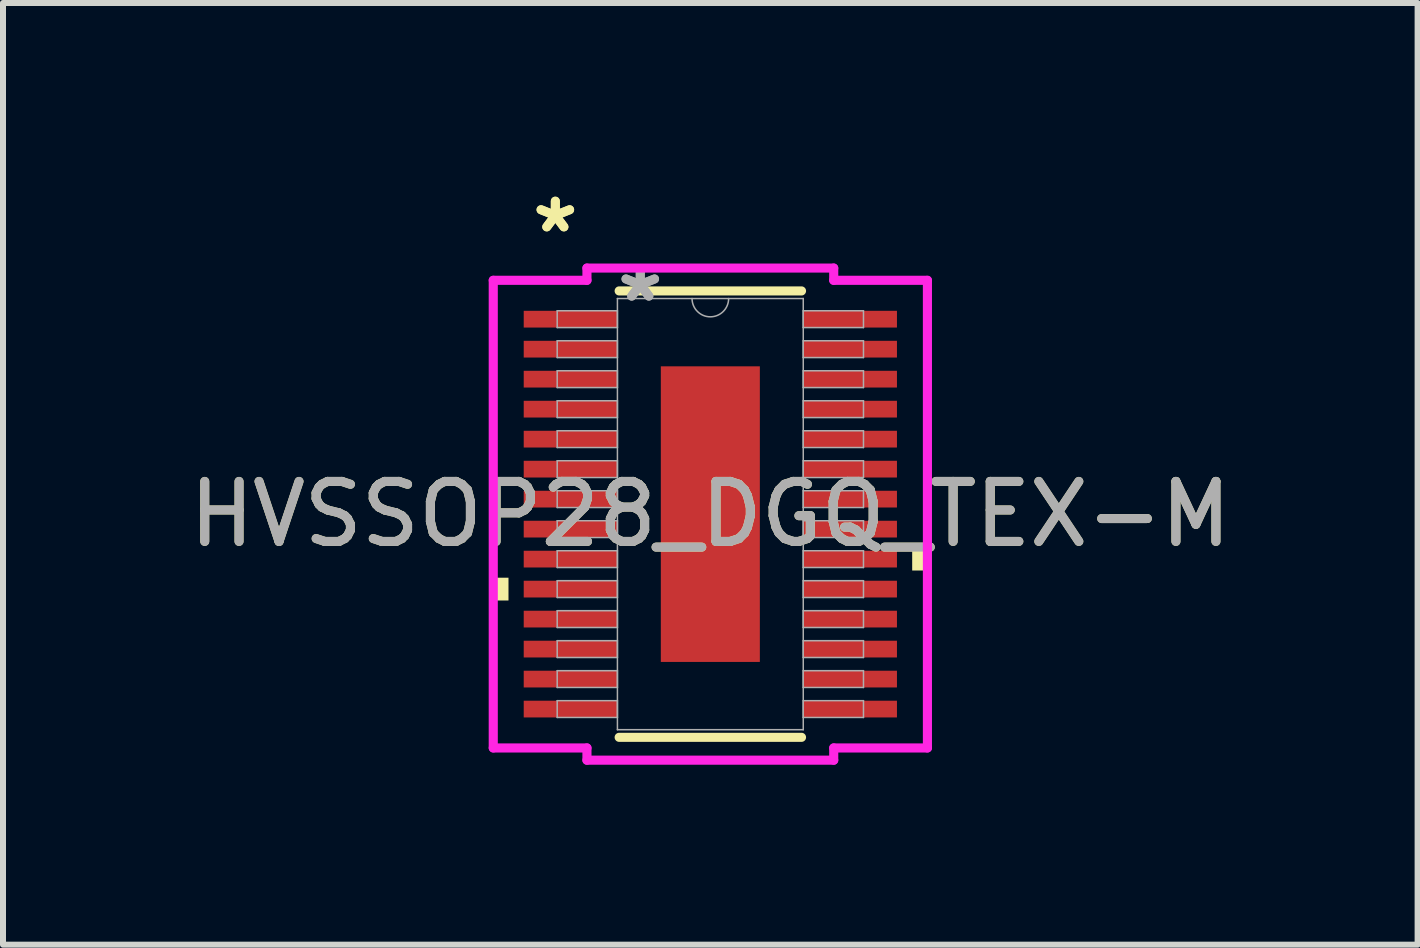
<source format=kicad_pcb>
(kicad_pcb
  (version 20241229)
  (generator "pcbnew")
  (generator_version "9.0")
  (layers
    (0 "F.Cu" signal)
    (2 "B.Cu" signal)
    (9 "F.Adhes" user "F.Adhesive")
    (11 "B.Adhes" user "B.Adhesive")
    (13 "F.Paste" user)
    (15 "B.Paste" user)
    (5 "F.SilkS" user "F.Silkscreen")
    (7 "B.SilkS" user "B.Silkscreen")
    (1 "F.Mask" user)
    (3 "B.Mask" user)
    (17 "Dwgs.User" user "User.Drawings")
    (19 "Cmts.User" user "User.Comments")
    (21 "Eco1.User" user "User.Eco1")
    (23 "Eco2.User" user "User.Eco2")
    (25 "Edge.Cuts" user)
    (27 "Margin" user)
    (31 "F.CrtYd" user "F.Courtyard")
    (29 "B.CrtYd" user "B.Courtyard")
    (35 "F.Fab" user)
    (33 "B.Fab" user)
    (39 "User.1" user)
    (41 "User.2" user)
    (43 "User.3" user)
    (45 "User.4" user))
  (footprint "HVSSOP28_DGQ_TEX-M"
    (layer "F.Cu")
    (at 8.792 5.521)
    (property "Reference" "HVSSOP28_DGQ_TEX-M" (at 0 0 0) (unlocked yes) (layer "F.SilkS") (effects (font (size 1 1) (thickness 0.15))))
    (attr smd)
    (fp_line (start -1.52 3.721) (end 1.52 3.721) (stroke (width 0.152) (type solid)) (layer "F.SilkS"))
    (fp_line (start 1.52 -3.721) (end -1.52 -3.721) (stroke (width 0.152) (type solid)) (layer "F.SilkS"))
    (fp_poly (pts (xy -3.619 1.06) (xy -3.619 1.44) (xy -3.365 1.44) (xy -3.365 1.06)) (stroke (width 0) (type solid)) (fill yes) (layer "F.SilkS"))
    (fp_poly (pts (xy 3.619 0.559) (xy 3.619 0.94) (xy 3.365 0.94) (xy 3.365 0.559)) (stroke (width 0) (type solid)) (fill yes) (layer "F.SilkS"))
    (fp_poly (pts (xy -0.726 -2.364) (xy -0.726 -0.921) (xy 0.726 -0.921) (xy 0.726 -2.364)) (stroke (width 0) (type solid)) (fill yes) (layer "F.Paste"))
    (fp_poly (pts (xy -0.726 -0.721) (xy -0.726 0.721) (xy 0.726 0.721) (xy 0.726 -0.721)) (stroke (width 0) (type solid)) (fill yes) (layer "F.Paste"))
    (fp_poly (pts (xy -0.726 0.921) (xy -0.726 2.364) (xy 0.726 2.364) (xy 0.726 0.921)) (stroke (width 0) (type solid)) (fill yes) (layer "F.Paste"))
    (fp_line (start -3.619 -3.898) (end -2.057 -3.898) (stroke (width 0.152) (type solid)) (layer "F.CrtYd"))
    (fp_line (start -3.619 3.898) (end -3.619 -3.898) (stroke (width 0.152) (type solid)) (layer "F.CrtYd"))
    (fp_line (start -3.619 3.898) (end -2.057 3.898) (stroke (width 0.152) (type solid)) (layer "F.CrtYd"))
    (fp_line (start -2.057 -4.102) (end 2.057 -4.102) (stroke (width 0.152) (type solid)) (layer "F.CrtYd"))
    (fp_line (start -2.057 -3.898) (end -2.057 -4.102) (stroke (width 0.152) (type solid)) (layer "F.CrtYd"))
    (fp_line (start -2.057 4.102) (end -2.057 3.898) (stroke (width 0.152) (type solid)) (layer "F.CrtYd"))
    (fp_line (start 2.057 -4.102) (end 2.057 -3.898) (stroke (width 0.152) (type solid)) (layer "F.CrtYd"))
    (fp_line (start 2.057 3.898) (end 2.057 4.102) (stroke (width 0.152) (type solid)) (layer "F.CrtYd"))
    (fp_line (start 2.057 4.102) (end -2.057 4.102) (stroke (width 0.152) (type solid)) (layer "F.CrtYd"))
    (fp_line (start 3.619 -3.898) (end 2.057 -3.898) (stroke (width 0.152) (type solid)) (layer "F.CrtYd"))
    (fp_line (start 3.619 -3.898) (end 3.619 3.898) (stroke (width 0.152) (type solid)) (layer "F.CrtYd"))
    (fp_line (start 3.619 3.898) (end 2.057 3.898) (stroke (width 0.152) (type solid)) (layer "F.CrtYd"))
    (fp_line (start -2.553 -3.39) (end -2.553 -3.11) (stroke (width 0.025) (type solid)) (layer "F.Fab"))
    (fp_line (start -2.553 -3.11) (end -1.549 -3.11) (stroke (width 0.025) (type solid)) (layer "F.Fab"))
    (fp_line (start -2.553 -2.89) (end -2.553 -2.61) (stroke (width 0.025) (type solid)) (layer "F.Fab"))
    (fp_line (start -2.553 -2.61) (end -1.549 -2.61) (stroke (width 0.025) (type solid)) (layer "F.Fab"))
    (fp_line (start -2.553 -2.39) (end -2.553 -2.11) (stroke (width 0.025) (type solid)) (layer "F.Fab"))
    (fp_line (start -2.553 -2.11) (end -1.549 -2.11) (stroke (width 0.025) (type solid)) (layer "F.Fab"))
    (fp_line (start -2.553 -1.89) (end -2.553 -1.61) (stroke (width 0.025) (type solid)) (layer "F.Fab"))
    (fp_line (start -2.553 -1.61) (end -1.549 -1.61) (stroke (width 0.025) (type solid)) (layer "F.Fab"))
    (fp_line (start -2.553 -1.39) (end -2.553 -1.11) (stroke (width 0.025) (type solid)) (layer "F.Fab"))
    (fp_line (start -2.553 -1.11) (end -1.549 -1.11) (stroke (width 0.025) (type solid)) (layer "F.Fab"))
    (fp_line (start -2.553 -0.89) (end -2.553 -0.61) (stroke (width 0.025) (type solid)) (layer "F.Fab"))
    (fp_line (start -2.553 -0.61) (end -1.549 -0.61) (stroke (width 0.025) (type solid)) (layer "F.Fab"))
    (fp_line (start -2.553 -0.39) (end -2.553 -0.11) (stroke (width 0.025) (type solid)) (layer "F.Fab"))
    (fp_line (start -2.553 -0.11) (end -1.549 -0.11) (stroke (width 0.025) (type solid)) (layer "F.Fab"))
    (fp_line (start -2.553 0.11) (end -2.553 0.39) (stroke (width 0.025) (type solid)) (layer "F.Fab"))
    (fp_line (start -2.553 0.39) (end -1.549 0.39) (stroke (width 0.025) (type solid)) (layer "F.Fab"))
    (fp_line (start -2.553 0.61) (end -2.553 0.89) (stroke (width 0.025) (type solid)) (layer "F.Fab"))
    (fp_line (start -2.553 0.89) (end -1.549 0.89) (stroke (width 0.025) (type solid)) (layer "F.Fab"))
    (fp_line (start -2.553 1.11) (end -2.553 1.39) (stroke (width 0.025) (type solid)) (layer "F.Fab"))
    (fp_line (start -2.553 1.39) (end -1.549 1.39) (stroke (width 0.025) (type solid)) (layer "F.Fab"))
    (fp_line (start -2.553 1.61) (end -2.553 1.89) (stroke (width 0.025) (type solid)) (layer "F.Fab"))
    (fp_line (start -2.553 1.89) (end -1.549 1.89) (stroke (width 0.025) (type solid)) (layer "F.Fab"))
    (fp_line (start -2.553 2.11) (end -2.553 2.39) (stroke (width 0.025) (type solid)) (layer "F.Fab"))
    (fp_line (start -2.553 2.39) (end -1.549 2.39) (stroke (width 0.025) (type solid)) (layer "F.Fab"))
    (fp_line (start -2.553 2.61) (end -2.553 2.89) (stroke (width 0.025) (type solid)) (layer "F.Fab"))
    (fp_line (start -2.553 2.89) (end -1.549 2.89) (stroke (width 0.025) (type solid)) (layer "F.Fab"))
    (fp_line (start -2.553 3.11) (end -2.553 3.39) (stroke (width 0.025) (type solid)) (layer "F.Fab"))
    (fp_line (start -2.553 3.39) (end -1.549 3.39) (stroke (width 0.025) (type solid)) (layer "F.Fab"))
    (fp_line (start -1.549 -3.594) (end -1.549 3.594) (stroke (width 0.025) (type solid)) (layer "F.Fab"))
    (fp_line (start -1.549 -3.39) (end -2.553 -3.39) (stroke (width 0.025) (type solid)) (layer "F.Fab"))
    (fp_line (start -1.549 -3.11) (end -1.549 -3.39) (stroke (width 0.025) (type solid)) (layer "F.Fab"))
    (fp_line (start -1.549 -2.89) (end -2.553 -2.89) (stroke (width 0.025) (type solid)) (layer "F.Fab"))
    (fp_line (start -1.549 -2.61) (end -1.549 -2.89) (stroke (width 0.025) (type solid)) (layer "F.Fab"))
    (fp_line (start -1.549 -2.39) (end -2.553 -2.39) (stroke (width 0.025) (type solid)) (layer "F.Fab"))
    (fp_line (start -1.549 -2.11) (end -1.549 -2.39) (stroke (width 0.025) (type solid)) (layer "F.Fab"))
    (fp_line (start -1.549 -1.89) (end -2.553 -1.89) (stroke (width 0.025) (type solid)) (layer "F.Fab"))
    (fp_line (start -1.549 -1.61) (end -1.549 -1.89) (stroke (width 0.025) (type solid)) (layer "F.Fab"))
    (fp_line (start -1.549 -1.39) (end -2.553 -1.39) (stroke (width 0.025) (type solid)) (layer "F.Fab"))
    (fp_line (start -1.549 -1.11) (end -1.549 -1.39) (stroke (width 0.025) (type solid)) (layer "F.Fab"))
    (fp_line (start -1.549 -0.89) (end -2.553 -0.89) (stroke (width 0.025) (type solid)) (layer "F.Fab"))
    (fp_line (start -1.549 -0.61) (end -1.549 -0.89) (stroke (width 0.025) (type solid)) (layer "F.Fab"))
    (fp_line (start -1.549 -0.39) (end -2.553 -0.39) (stroke (width 0.025) (type solid)) (layer "F.Fab"))
    (fp_line (start -1.549 -0.11) (end -1.549 -0.39) (stroke (width 0.025) (type solid)) (layer "F.Fab"))
    (fp_line (start -1.549 0.11) (end -2.553 0.11) (stroke (width 0.025) (type solid)) (layer "F.Fab"))
    (fp_line (start -1.549 0.39) (end -1.549 0.11) (stroke (width 0.025) (type solid)) (layer "F.Fab"))
    (fp_line (start -1.549 0.61) (end -2.553 0.61) (stroke (width 0.025) (type solid)) (layer "F.Fab"))
    (fp_line (start -1.549 0.89) (end -1.549 0.61) (stroke (width 0.025) (type solid)) (layer "F.Fab"))
    (fp_line (start -1.549 1.11) (end -2.553 1.11) (stroke (width 0.025) (type solid)) (layer "F.Fab"))
    (fp_line (start -1.549 1.39) (end -1.549 1.11) (stroke (width 0.025) (type solid)) (layer "F.Fab"))
    (fp_line (start -1.549 1.61) (end -2.553 1.61) (stroke (width 0.025) (type solid)) (layer "F.Fab"))
    (fp_line (start -1.549 1.89) (end -1.549 1.61) (stroke (width 0.025) (type solid)) (layer "F.Fab"))
    (fp_line (start -1.549 2.11) (end -2.553 2.11) (stroke (width 0.025) (type solid)) (layer "F.Fab"))
    (fp_line (start -1.549 2.39) (end -1.549 2.11) (stroke (width 0.025) (type solid)) (layer "F.Fab"))
    (fp_line (start -1.549 2.61) (end -2.553 2.61) (stroke (width 0.025) (type solid)) (layer "F.Fab"))
    (fp_line (start -1.549 2.89) (end -1.549 2.61) (stroke (width 0.025) (type solid)) (layer "F.Fab"))
    (fp_line (start -1.549 3.11) (end -2.553 3.11) (stroke (width 0.025) (type solid)) (layer "F.Fab"))
    (fp_line (start -1.549 3.39) (end -1.549 3.11) (stroke (width 0.025) (type solid)) (layer "F.Fab"))
    (fp_line (start -1.549 3.594) (end 1.549 3.594) (stroke (width 0.025) (type solid)) (layer "F.Fab"))
    (fp_line (start 1.549 -3.594) (end -1.549 -3.594) (stroke (width 0.025) (type solid)) (layer "F.Fab"))
    (fp_line (start 1.549 -3.39) (end 1.549 -3.11) (stroke (width 0.025) (type solid)) (layer "F.Fab"))
    (fp_line (start 1.549 -3.11) (end 2.553 -3.11) (stroke (width 0.025) (type solid)) (layer "F.Fab"))
    (fp_line (start 1.549 -2.89) (end 1.549 -2.61) (stroke (width 0.025) (type solid)) (layer "F.Fab"))
    (fp_line (start 1.549 -2.61) (end 2.553 -2.61) (stroke (width 0.025) (type solid)) (layer "F.Fab"))
    (fp_line (start 1.549 -2.39) (end 1.549 -2.11) (stroke (width 0.025) (type solid)) (layer "F.Fab"))
    (fp_line (start 1.549 -2.11) (end 2.553 -2.11) (stroke (width 0.025) (type solid)) (layer "F.Fab"))
    (fp_line (start 1.549 -1.89) (end 1.549 -1.61) (stroke (width 0.025) (type solid)) (layer "F.Fab"))
    (fp_line (start 1.549 -1.61) (end 2.553 -1.61) (stroke (width 0.025) (type solid)) (layer "F.Fab"))
    (fp_line (start 1.549 -1.39) (end 1.549 -1.11) (stroke (width 0.025) (type solid)) (layer "F.Fab"))
    (fp_line (start 1.549 -1.11) (end 2.553 -1.11) (stroke (width 0.025) (type solid)) (layer "F.Fab"))
    (fp_line (start 1.549 -0.89) (end 1.549 -0.61) (stroke (width 0.025) (type solid)) (layer "F.Fab"))
    (fp_line (start 1.549 -0.61) (end 2.553 -0.61) (stroke (width 0.025) (type solid)) (layer "F.Fab"))
    (fp_line (start 1.549 -0.39) (end 1.549 -0.11) (stroke (width 0.025) (type solid)) (layer "F.Fab"))
    (fp_line (start 1.549 -0.11) (end 2.553 -0.11) (stroke (width 0.025) (type solid)) (layer "F.Fab"))
    (fp_line (start 1.549 0.11) (end 1.549 0.39) (stroke (width 0.025) (type solid)) (layer "F.Fab"))
    (fp_line (start 1.549 0.39) (end 2.553 0.39) (stroke (width 0.025) (type solid)) (layer "F.Fab"))
    (fp_line (start 1.549 0.61) (end 1.549 0.89) (stroke (width 0.025) (type solid)) (layer "F.Fab"))
    (fp_line (start 1.549 0.89) (end 2.553 0.89) (stroke (width 0.025) (type solid)) (layer "F.Fab"))
    (fp_line (start 1.549 1.11) (end 1.549 1.39) (stroke (width 0.025) (type solid)) (layer "F.Fab"))
    (fp_line (start 1.549 1.39) (end 2.553 1.39) (stroke (width 0.025) (type solid)) (layer "F.Fab"))
    (fp_line (start 1.549 1.61) (end 1.549 1.89) (stroke (width 0.025) (type solid)) (layer "F.Fab"))
    (fp_line (start 1.549 1.89) (end 2.553 1.89) (stroke (width 0.025) (type solid)) (layer "F.Fab"))
    (fp_line (start 1.549 2.11) (end 1.549 2.39) (stroke (width 0.025) (type solid)) (layer "F.Fab"))
    (fp_line (start 1.549 2.39) (end 2.553 2.39) (stroke (width 0.025) (type solid)) (layer "F.Fab"))
    (fp_line (start 1.549 2.61) (end 1.549 2.89) (stroke (width 0.025) (type solid)) (layer "F.Fab"))
    (fp_line (start 1.549 2.89) (end 2.553 2.89) (stroke (width 0.025) (type solid)) (layer "F.Fab"))
    (fp_line (start 1.549 3.11) (end 1.549 3.39) (stroke (width 0.025) (type solid)) (layer "F.Fab"))
    (fp_line (start 1.549 3.39) (end 2.553 3.39) (stroke (width 0.025) (type solid)) (layer "F.Fab"))
    (fp_line (start 1.549 3.594) (end 1.549 -3.594) (stroke (width 0.025) (type solid)) (layer "F.Fab"))
    (fp_line (start 2.553 -3.39) (end 1.549 -3.39) (stroke (width 0.025) (type solid)) (layer "F.Fab"))
    (fp_line (start 2.553 -3.11) (end 2.553 -3.39) (stroke (width 0.025) (type solid)) (layer "F.Fab"))
    (fp_line (start 2.553 -2.89) (end 1.549 -2.89) (stroke (width 0.025) (type solid)) (layer "F.Fab"))
    (fp_line (start 2.553 -2.61) (end 2.553 -2.89) (stroke (width 0.025) (type solid)) (layer "F.Fab"))
    (fp_line (start 2.553 -2.39) (end 1.549 -2.39) (stroke (width 0.025) (type solid)) (layer "F.Fab"))
    (fp_line (start 2.553 -2.11) (end 2.553 -2.39) (stroke (width 0.025) (type solid)) (layer "F.Fab"))
    (fp_line (start 2.553 -1.89) (end 1.549 -1.89) (stroke (width 0.025) (type solid)) (layer "F.Fab"))
    (fp_line (start 2.553 -1.61) (end 2.553 -1.89) (stroke (width 0.025) (type solid)) (layer "F.Fab"))
    (fp_line (start 2.553 -1.39) (end 1.549 -1.39) (stroke (width 0.025) (type solid)) (layer "F.Fab"))
    (fp_line (start 2.553 -1.11) (end 2.553 -1.39) (stroke (width 0.025) (type solid)) (layer "F.Fab"))
    (fp_line (start 2.553 -0.89) (end 1.549 -0.89) (stroke (width 0.025) (type solid)) (layer "F.Fab"))
    (fp_line (start 2.553 -0.61) (end 2.553 -0.89) (stroke (width 0.025) (type solid)) (layer "F.Fab"))
    (fp_line (start 2.553 -0.39) (end 1.549 -0.39) (stroke (width 0.025) (type solid)) (layer "F.Fab"))
    (fp_line (start 2.553 -0.11) (end 2.553 -0.39) (stroke (width 0.025) (type solid)) (layer "F.Fab"))
    (fp_line (start 2.553 0.11) (end 1.549 0.11) (stroke (width 0.025) (type solid)) (layer "F.Fab"))
    (fp_line (start 2.553 0.39) (end 2.553 0.11) (stroke (width 0.025) (type solid)) (layer "F.Fab"))
    (fp_line (start 2.553 0.61) (end 1.549 0.61) (stroke (width 0.025) (type solid)) (layer "F.Fab"))
    (fp_line (start 2.553 0.89) (end 2.553 0.61) (stroke (width 0.025) (type solid)) (layer "F.Fab"))
    (fp_line (start 2.553 1.11) (end 1.549 1.11) (stroke (width 0.025) (type solid)) (layer "F.Fab"))
    (fp_line (start 2.553 1.39) (end 2.553 1.11) (stroke (width 0.025) (type solid)) (layer "F.Fab"))
    (fp_line (start 2.553 1.61) (end 1.549 1.61) (stroke (width 0.025) (type solid)) (layer "F.Fab"))
    (fp_line (start 2.553 1.89) (end 2.553 1.61) (stroke (width 0.025) (type solid)) (layer "F.Fab"))
    (fp_line (start 2.553 2.11) (end 1.549 2.11) (stroke (width 0.025) (type solid)) (layer "F.Fab"))
    (fp_line (start 2.553 2.39) (end 2.553 2.11) (stroke (width 0.025) (type solid)) (layer "F.Fab"))
    (fp_line (start 2.553 2.61) (end 1.549 2.61) (stroke (width 0.025) (type solid)) (layer "F.Fab"))
    (fp_line (start 2.553 2.89) (end 2.553 2.61) (stroke (width 0.025) (type solid)) (layer "F.Fab"))
    (fp_line (start 2.553 3.11) (end 1.549 3.11) (stroke (width 0.025) (type solid)) (layer "F.Fab"))
    (fp_line (start 2.553 3.39) (end 2.553 3.11) (stroke (width 0.025) (type solid)) (layer "F.Fab"))
    (fp_arc (start 0.3048 -3.5941) (mid 0 -3.2893) (end -0.3048 -3.5941) (stroke (width 0.0254) (type solid)) (layer "F.Fab"))
    (fp_text user "*" (at -2.584 -4.672 0) (layer "F.SilkS") (effects (font (size 1 1) (thickness 0.15))))
    (fp_text user "*" (at -2.584 -4.672 0) (unlocked yes) (layer "F.SilkS") (effects (font (size 1 1) (thickness 0.15))))
    (fp_text user "*" (at -1.168 -3.518 0) (layer "F.Fab") (effects (font (size 1 1) (thickness 0.15))))
    (fp_text user "*" (at -1.168 -3.518 0) (unlocked yes) (layer "F.Fab") (effects (font (size 1 1) (thickness 0.15))))
    (fp_text user "${REFERENCE}" (at 0 0 0) (unlocked yes) (layer "F.Fab") (effects (font (size 1 1) (thickness 0.15))))
    (pad "1" smd rect (at -2.33 -3.25) (size 1.562 0.279) (layers "F.Cu" "F.Mask" "F.Paste"))
    (pad "2" smd rect (at -2.33 -2.75) (size 1.562 0.279) (layers "F.Cu" "F.Mask" "F.Paste"))
    (pad "3" smd rect (at -2.33 -2.25) (size 1.562 0.279) (layers "F.Cu" "F.Mask" "F.Paste"))
    (pad "4" smd rect (at -2.33 -1.75) (size 1.562 0.279) (layers "F.Cu" "F.Mask" "F.Paste"))
    (pad "5" smd rect (at -2.33 -1.25) (size 1.562 0.279) (layers "F.Cu" "F.Mask" "F.Paste"))
    (pad "6" smd rect (at -2.33 -0.75) (size 1.562 0.279) (layers "F.Cu" "F.Mask" "F.Paste"))
    (pad "7" smd rect (at -2.33 -0.25) (size 1.562 0.279) (layers "F.Cu" "F.Mask" "F.Paste"))
    (pad "8" smd rect (at -2.33 0.25) (size 1.562 0.279) (layers "F.Cu" "F.Mask" "F.Paste"))
    (pad "9" smd rect (at -2.33 0.75) (size 1.562 0.279) (layers "F.Cu" "F.Mask" "F.Paste"))
    (pad "10" smd rect (at -2.33 1.25) (size 1.562 0.279) (layers "F.Cu" "F.Mask" "F.Paste"))
    (pad "11" smd rect (at -2.33 1.75) (size 1.562 0.279) (layers "F.Cu" "F.Mask" "F.Paste"))
    (pad "12" smd rect (at -2.33 2.25) (size 1.562 0.279) (layers "F.Cu" "F.Mask" "F.Paste"))
    (pad "13" smd rect (at -2.33 2.75) (size 1.562 0.279) (layers "F.Cu" "F.Mask" "F.Paste"))
    (pad "14" smd rect (at -2.33 3.25) (size 1.562 0.279) (layers "F.Cu" "F.Mask" "F.Paste"))
    (pad "15" smd rect (at 2.33 3.25) (size 1.562 0.279) (layers "F.Cu" "F.Mask" "F.Paste"))
    (pad "16" smd rect (at 2.33 2.75) (size 1.562 0.279) (layers "F.Cu" "F.Mask" "F.Paste"))
    (pad "17" smd rect (at 2.33 2.25) (size 1.562 0.279) (layers "F.Cu" "F.Mask" "F.Paste"))
    (pad "18" smd rect (at 2.33 1.75) (size 1.562 0.279) (layers "F.Cu" "F.Mask" "F.Paste"))
    (pad "19" smd rect (at 2.33 1.25) (size 1.562 0.279) (layers "F.Cu" "F.Mask" "F.Paste"))
    (pad "20" smd rect (at 2.33 0.75) (size 1.562 0.279) (layers "F.Cu" "F.Mask" "F.Paste"))
    (pad "21" smd rect (at 2.33 0.25) (size 1.562 0.279) (layers "F.Cu" "F.Mask" "F.Paste"))
    (pad "22" smd rect (at 2.33 -0.25) (size 1.562 0.279) (layers "F.Cu" "F.Mask" "F.Paste"))
    (pad "23" smd rect (at 2.33 -0.75) (size 1.562 0.279) (layers "F.Cu" "F.Mask" "F.Paste"))
    (pad "24" smd rect (at 2.33 -1.25) (size 1.562 0.279) (layers "F.Cu" "F.Mask" "F.Paste"))
    (pad "25" smd rect (at 2.33 -1.75) (size 1.562 0.279) (layers "F.Cu" "F.Mask" "F.Paste"))
    (pad "26" smd rect (at 2.33 -2.25) (size 1.562 0.279) (layers "F.Cu" "F.Mask" "F.Paste"))
    (pad "27" smd rect (at 2.33 -2.75) (size 1.562 0.279) (layers "F.Cu" "F.Mask" "F.Paste"))
    (pad "28" smd rect (at 2.33 -3.25) (size 1.562 0.279) (layers "F.Cu" "F.Mask" "F.Paste"))
    (pad "29" smd rect (at 0 0) (size 1.651 4.928) (layers "F.Cu" "F.Mask")))
  (gr_rect
    (start -3 -3)
    (end 20.583 12.699)
    (stroke (width 0.1) (type default))
    (fill no)
    (layer "Edge.Cuts")))
</source>
